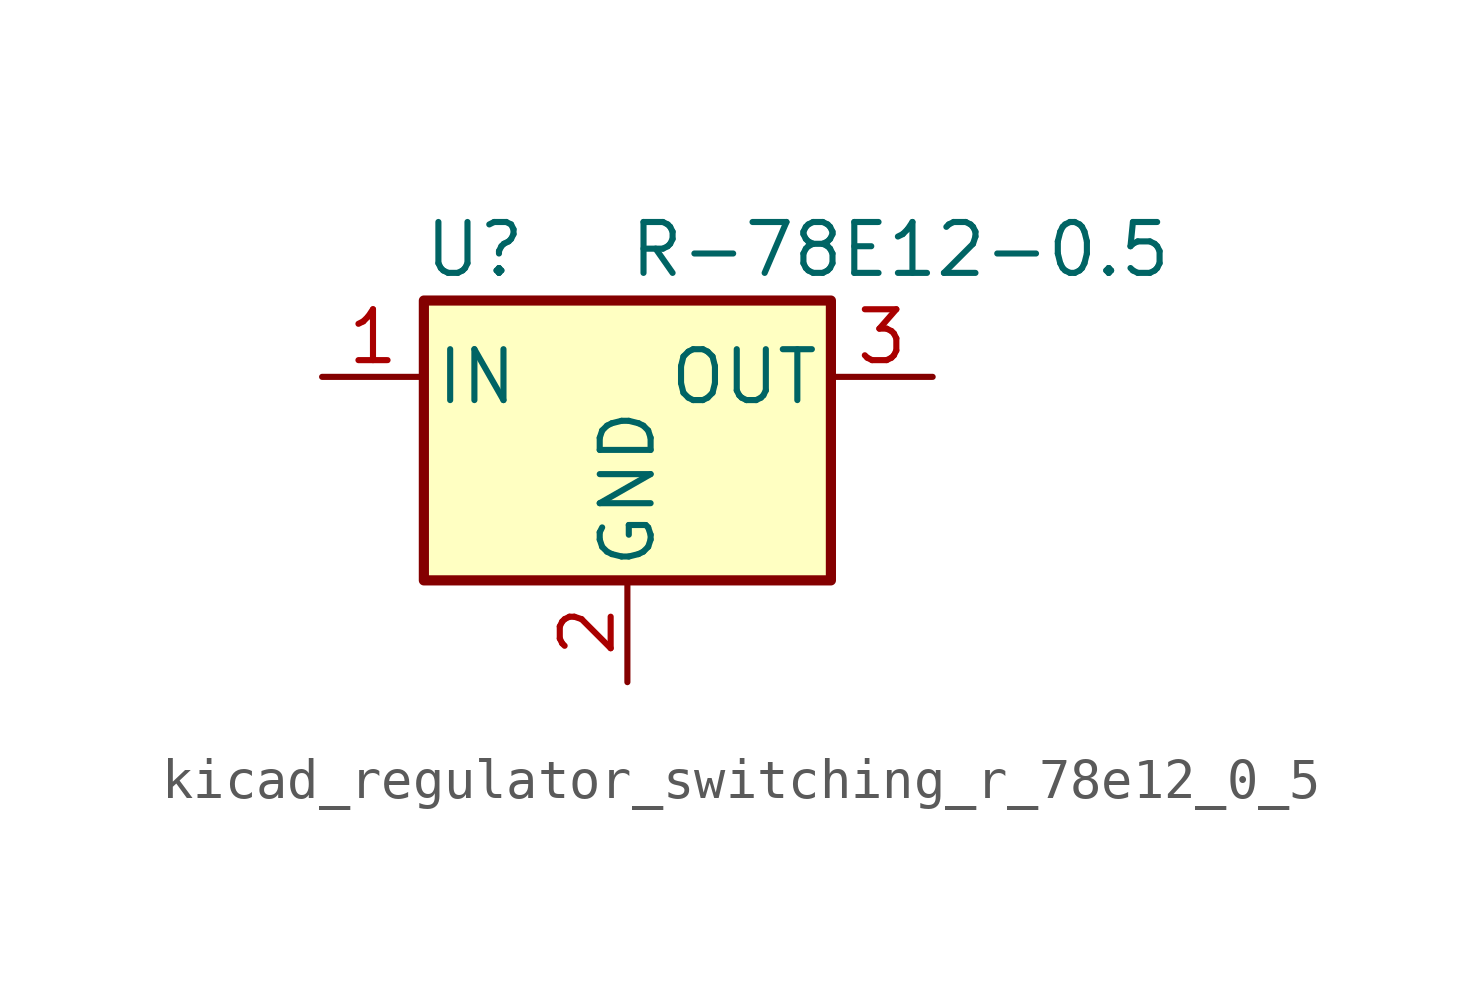
<source format=kicad_sym>
(kicad_symbol_lib
  (version 20220914)
  (generator kicad_symbol_editor)
  (symbol "kicad_regulator_switching_r_78e12_0_5"
    (pin_names
      (offset 0.254))
    (property "Reference" "U"
      (at -3.81 3.175 0)
      (effects (font (size 1.27 1.27))))
    (property "Value" "R-78E12-0.5"
      (at 0 3.175 0)
      (effects (font (size 1.27 1.27)) (justify left)))
    (symbol "kicad_regulator_switching_r_78e12_0_5_0_1"
      (rectangle (start -5.08 1.905) (end 5.08 -5.08) (stroke (width 0.254) (type default)) (fill (type background))))
    (symbol "kicad_regulator_switching_r_78e12_0_5_1_1"
      (pin power_in line (at -7.62 0 0) (length 2.54) (name "IN" (effects (font (size 1.27 1.27)))) (number "1" (effects (font (size 1.27 1.27)))))
      (pin power_in line (at 0 -7.62 90) (length 2.54) (name "GND" (effects (font (size 1.27 1.27)))) (number "2" (effects (font (size 1.27 1.27)))))
      (pin power_out line (at 7.62 0 180) (length 2.54) (name "OUT" (effects (font (size 1.27 1.27)))) (number "3" (effects (font (size 1.27 1.27))))))))
</source>
